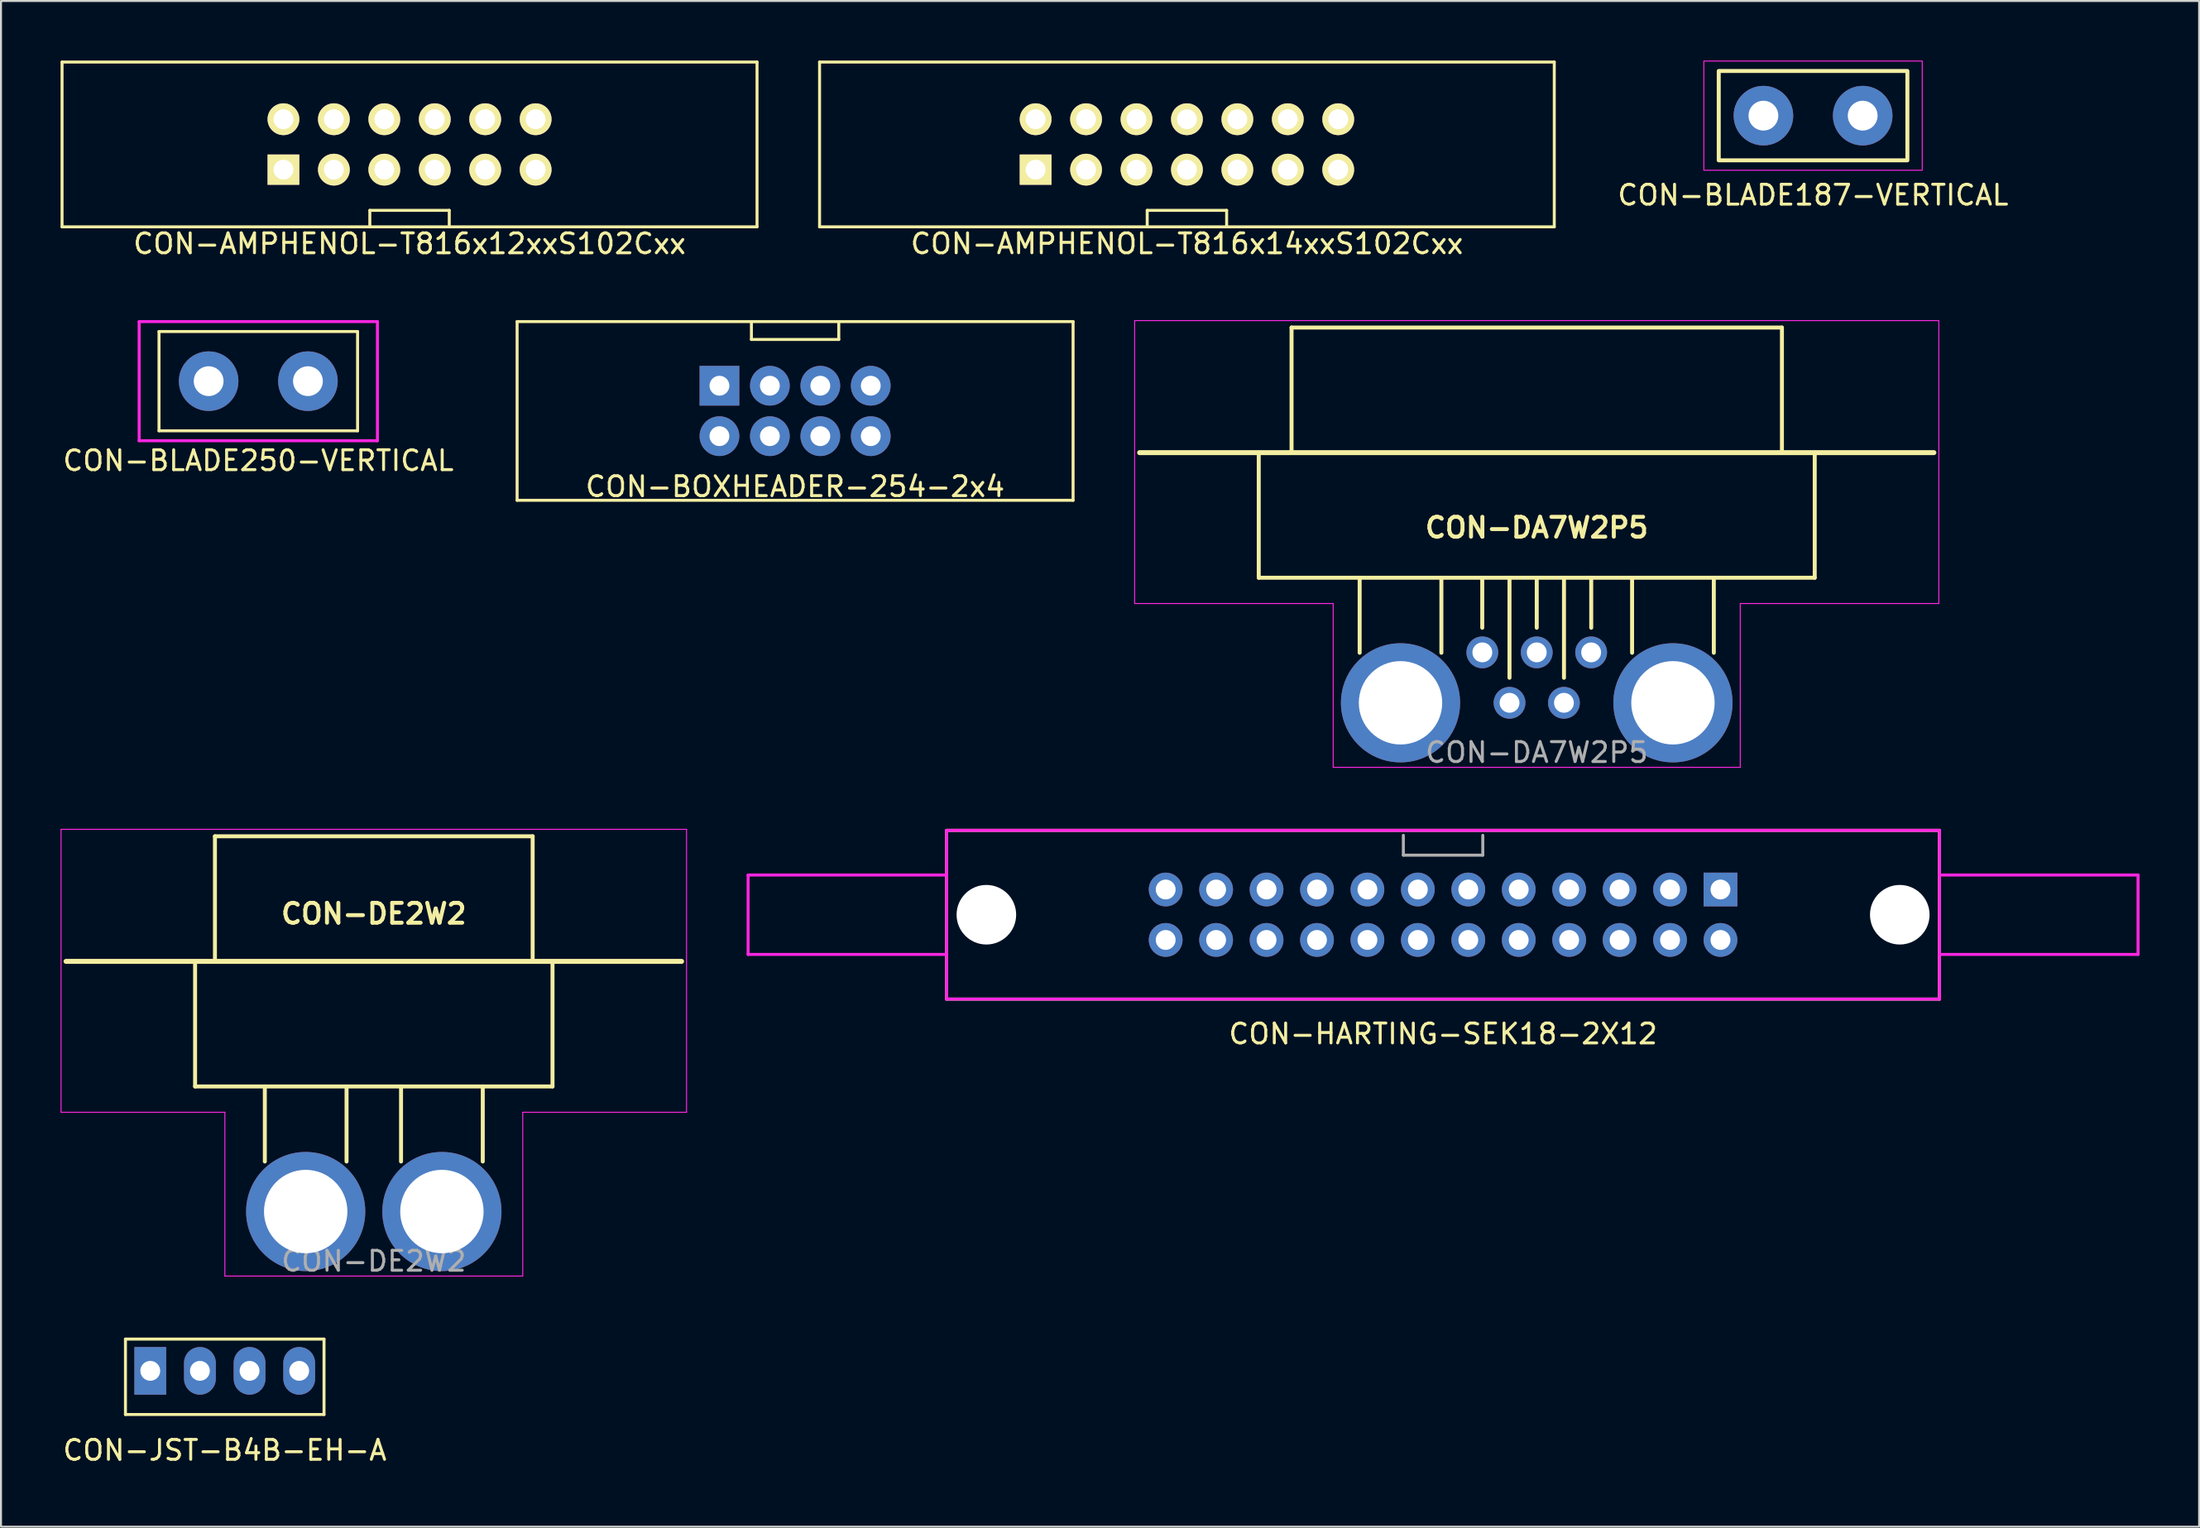
<source format=kicad_pcb>
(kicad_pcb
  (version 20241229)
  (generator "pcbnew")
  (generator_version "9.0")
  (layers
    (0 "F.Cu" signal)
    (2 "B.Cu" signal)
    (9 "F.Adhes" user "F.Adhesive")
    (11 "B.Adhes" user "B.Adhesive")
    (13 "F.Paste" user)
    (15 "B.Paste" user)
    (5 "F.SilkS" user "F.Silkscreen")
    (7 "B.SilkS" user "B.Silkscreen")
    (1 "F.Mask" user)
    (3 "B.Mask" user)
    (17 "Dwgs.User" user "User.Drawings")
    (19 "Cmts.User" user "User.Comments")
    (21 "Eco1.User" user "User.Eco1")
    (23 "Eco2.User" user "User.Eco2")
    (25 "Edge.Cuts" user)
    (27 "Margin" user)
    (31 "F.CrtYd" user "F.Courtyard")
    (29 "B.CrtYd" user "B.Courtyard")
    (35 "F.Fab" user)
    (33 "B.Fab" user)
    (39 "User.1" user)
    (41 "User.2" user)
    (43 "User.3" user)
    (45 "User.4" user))
  (footprint "CON-DA7W2P5"
    (layer "F.Cu")
    (at 74.342 32.348)
    (property "Reference" "CON-DA7W2P5" (at 0 -8.82 0) (unlocked yes) (layer "F.SilkS") (effects (font (size 1 1) (thickness 0.2))))
    (attr through_hole)
    (fp_line (start -20 -12.6) (end 20 -12.6) (stroke (width 0.25) (type default)) (layer "F.SilkS"))
    (fp_line (start -14 -12.6) (end -14 -6.3) (stroke (width 0.2) (type default)) (layer "F.SilkS"))
    (fp_line (start -14 -6.3) (end 14 -6.3) (stroke (width 0.2) (type default)) (layer "F.SilkS"))
    (fp_line (start -12.348 -18.9) (end 12.348 -18.9) (stroke (width 0.2) (type default)) (layer "F.SilkS"))
    (fp_line (start -12.348 -12.6) (end -12.348 -18.9) (stroke (width 0.2) (type default)) (layer "F.SilkS"))
    (fp_line (start -8.918 -2.52) (end -8.918 -6.3) (stroke (width 0.2) (type default)) (layer "F.SilkS"))
    (fp_line (start -4.802 -2.52) (end -4.802 -6.3) (stroke (width 0.2) (type default)) (layer "F.SilkS"))
    (fp_line (start -2.744 -3.78) (end -2.744 -6.3) (stroke (width 0.2) (type default)) (layer "F.SilkS"))
    (fp_line (start -1.372 -1.26) (end -1.372 -6.3) (stroke (width 0.2) (type default)) (layer "F.SilkS"))
    (fp_line (start 0 -3.78) (end 0 -6.3) (stroke (width 0.2) (type default)) (layer "F.SilkS"))
    (fp_line (start 1.372 -1.26) (end 1.372 -6.3) (stroke (width 0.2) (type default)) (layer "F.SilkS"))
    (fp_line (start 2.744 -3.78) (end 2.744 -6.3) (stroke (width 0.2) (type default)) (layer "F.SilkS"))
    (fp_line (start 4.802 -2.52) (end 4.802 -6.3) (stroke (width 0.2) (type default)) (layer "F.SilkS"))
    (fp_line (start 8.918 -2.52) (end 8.918 -6.3) (stroke (width 0.2) (type default)) (layer "F.SilkS"))
    (fp_line (start 12.348 -18.9) (end 12.348 -12.6) (stroke (width 0.2) (type default)) (layer "F.SilkS"))
    (fp_line (start 14 -6.3) (end 14 -12.6) (stroke (width 0.2) (type default)) (layer "F.SilkS"))
    (fp_line (start -20.25 -19.25) (end -20.25 -5) (stroke (width 0.05) (type default)) (layer "F.CrtYd"))
    (fp_line (start -20.25 -19.25) (end 20.25 -19.25) (stroke (width 0.05) (type default)) (layer "F.CrtYd"))
    (fp_line (start -10.25 -5) (end -20.25 -5) (stroke (width 0.05) (type default)) (layer "F.CrtYd"))
    (fp_line (start -10.25 3.25) (end -10.25 -5) (stroke (width 0.05) (type default)) (layer "F.CrtYd"))
    (fp_line (start -10.25 3.25) (end 10.25 3.25) (stroke (width 0.05) (type default)) (layer "F.CrtYd"))
    (fp_line (start 10.25 -5) (end 20.25 -5) (stroke (width 0.05) (type default)) (layer "F.CrtYd"))
    (fp_line (start 10.25 3.25) (end 10.25 -5) (stroke (width 0.05) (type default)) (layer "F.CrtYd"))
    (fp_line (start 20.25 -19.25) (end 20.25 -5) (stroke (width 0.05) (type default)) (layer "F.CrtYd"))
    (fp_text user "${REFERENCE}" (at 0 2.5 0) (unlocked yes) (layer "F.Fab") (effects (font (size 1 1) (thickness 0.15))))
    (pad "1" thru_hole circle (at -1.37 0) (size 1.6 1.6) (drill 1) (layers "*.Cu" "*.Mask"))
    (pad "2" thru_hole circle (at 1.37 0) (size 1.6 1.6) (drill 1) (layers "*.Cu" "*.Mask"))
    (pad "3" thru_hole circle (at -2.74 -2.54) (size 1.6 1.6) (drill 1) (layers "*.Cu" "*.Mask"))
    (pad "4" thru_hole circle (at 0 -2.54) (size 1.6 1.6) (drill 1) (layers "*.Cu" "*.Mask"))
    (pad "5" thru_hole circle (at 2.74 -2.54) (size 1.6 1.6) (drill 1) (layers "*.Cu" "*.Mask"))
    (pad "A1" thru_hole circle (at -6.86 0) (size 6 6) (drill 4.2) (layers "*.Cu" "*.Mask"))
    (pad "A2" thru_hole circle (at 6.86 0) (size 6 6) (drill 4.2) (layers "*.Cu" "*.Mask")))
  (footprint "CON-JST-B4B-EH-A"
    (layer "F.Cu")
    (at 8.268 65.995)
    (property "Reference" "CON-JST-B4B-EH-A" (at 0 4 0) (layer "F.SilkS") (effects (font (size 1 1) (thickness 0.15))))
    (attr through_hole)
    (fp_line (start -5 -1.6) (end 5 -1.6) (stroke (width 0.15) (type solid)) (layer "F.SilkS"))
    (fp_line (start -5 2.2) (end -5 -1.6) (stroke (width 0.15) (type solid)) (layer "F.SilkS"))
    (fp_line (start 5 -1.6) (end 5 2.2) (stroke (width 0.15) (type solid)) (layer "F.SilkS"))
    (fp_line (start 5 2.2) (end -5 2.2) (stroke (width 0.15) (type solid)) (layer "F.SilkS"))
    (pad "1" thru_hole rect (at -3.75 0) (size 1.6 2.4) (drill 1) (layers "*.Cu" "*.Mask"))
    (pad "2" thru_hole oval (at -1.25 0) (size 1.6 2.4) (drill 1) (layers "*.Cu" "*.Mask"))
    (pad "3" thru_hole oval (at 1.25 0) (size 1.6 2.4) (drill 1) (layers "*.Cu" "*.Mask"))
    (pad "4" thru_hole oval (at 3.75 0) (size 1.6 2.4) (drill 1) (layers "*.Cu" "*.Mask")))
  (footprint "CON-BOXHEADER-254-2x4"
    (layer "F.Cu")
    (at 36.992 17.648)
    (property "Reference" "CON-BOXHEADER-254-2x4" (at 0 3.81 0) (layer "F.SilkS") (effects (font (size 1 1) (thickness 0.15))))
    (attr through_hole)
    (fp_line (start -14 -4.5) (end 14 -4.5) (stroke (width 0.15) (type solid)) (layer "F.SilkS"))
    (fp_line (start -14 4.5) (end -14 -4.5) (stroke (width 0.15) (type solid)) (layer "F.SilkS"))
    (fp_line (start -2.2 -4.5) (end -2.2 -3.6) (stroke (width 0.15) (type solid)) (layer "F.SilkS"))
    (fp_line (start -2.2 -3.6) (end 2.2 -3.6) (stroke (width 0.15) (type solid)) (layer "F.SilkS"))
    (fp_line (start 2.2 -3.6) (end 2.2 -4.5) (stroke (width 0.15) (type solid)) (layer "F.SilkS"))
    (fp_line (start 14 -4.5) (end 14 4.5) (stroke (width 0.15) (type solid)) (layer "F.SilkS"))
    (fp_line (start 14 4.5) (end -14 4.5) (stroke (width 0.15) (type solid)) (layer "F.SilkS"))
    (pad "1" thru_hole rect (at -3.81 -1.27) (size 2 2) (drill 1) (layers "*.Cu" "*.Mask"))
    (pad "2" thru_hole circle (at -3.81 1.27) (size 2 2) (drill 1) (layers "*.Cu" "*.Mask"))
    (pad "3" thru_hole circle (at -1.27 -1.27) (size 2 2) (drill 1) (layers "*.Cu" "*.Mask"))
    (pad "4" thru_hole circle (at -1.27 1.27) (size 2 2) (drill 1) (layers "*.Cu" "*.Mask"))
    (pad "5" thru_hole circle (at 1.27 -1.27) (size 2 2) (drill 1) (layers "*.Cu" "*.Mask"))
    (pad "6" thru_hole circle (at 1.27 1.27) (size 2 2) (drill 1) (layers "*.Cu" "*.Mask"))
    (pad "7" thru_hole circle (at 3.81 -1.27) (size 2 2) (drill 1) (layers "*.Cu" "*.Mask"))
    (pad "8" thru_hole circle (at 3.81 1.27) (size 2 2) (drill 1) (layers "*.Cu" "*.Mask")))
  (footprint "CON-AMPHENOL-T816x14xxS102Cxx"
    (layer "F.Cu")
    (at 56.725 4.225)
    (property "Reference" "CON-AMPHENOL-T816x14xxS102Cxx" (at 0 5 0) (layer "F.SilkS") (effects (font (size 1 1) (thickness 0.15))))
    (attr through_hole)
    (fp_line (start -18.5 -4.15) (end 18.5 -4.15) (stroke (width 0.15) (type solid)) (layer "F.SilkS"))
    (fp_line (start -18.5 4.15) (end -18.5 -4.15) (stroke (width 0.15) (type solid)) (layer "F.SilkS"))
    (fp_line (start -2 3.32) (end 2 3.32) (stroke (width 0.15) (type solid)) (layer "F.SilkS"))
    (fp_line (start -2 4.15) (end -2 3.32) (stroke (width 0.15) (type solid)) (layer "F.SilkS"))
    (fp_line (start 2 3.32) (end 2 4.15) (stroke (width 0.15) (type solid)) (layer "F.SilkS"))
    (fp_line (start 18.5 -4.15) (end 18.5 4.15) (stroke (width 0.15) (type solid)) (layer "F.SilkS"))
    (fp_line (start 18.5 4.15) (end -18.5 4.15) (stroke (width 0.15) (type solid)) (layer "F.SilkS"))
    (pad "1" thru_hole rect (at -7.62 1.27) (size 1.6 1.524) (drill 1) (layers "*.Cu" "*.Mask" "F.SilkS"))
    (pad "2" thru_hole circle (at -7.62 -1.27) (size 1.6 1.6) (drill 1) (layers "*.Cu" "*.Mask" "F.SilkS"))
    (pad "3" thru_hole circle (at -5.08 1.27) (size 1.6 1.6) (drill 1) (layers "*.Cu" "*.Mask" "F.SilkS"))
    (pad "4" thru_hole circle (at -5.08 -1.27) (size 1.6 1.6) (drill 1) (layers "*.Cu" "*.Mask" "F.SilkS"))
    (pad "5" thru_hole circle (at -2.54 1.27) (size 1.6 1.6) (drill 1) (layers "*.Cu" "*.Mask" "F.SilkS"))
    (pad "6" thru_hole circle (at -2.54 -1.27) (size 1.6 1.6) (drill 1) (layers "*.Cu" "*.Mask" "F.SilkS"))
    (pad "7" thru_hole circle (at 0 1.27) (size 1.6 1.6) (drill 1) (layers "*.Cu" "*.Mask" "F.SilkS"))
    (pad "8" thru_hole circle (at 0 -1.27) (size 1.6 1.6) (drill 1) (layers "*.Cu" "*.Mask" "F.SilkS"))
    (pad "9" thru_hole circle (at 2.54 1.27) (size 1.6 1.6) (drill 1) (layers "*.Cu" "*.Mask" "F.SilkS"))
    (pad "10" thru_hole circle (at 2.54 -1.27) (size 1.6 1.6) (drill 1) (layers "*.Cu" "*.Mask" "F.SilkS"))
    (pad "11" thru_hole circle (at 5.08 1.27) (size 1.6 1.6) (drill 1) (layers "*.Cu" "*.Mask" "F.SilkS"))
    (pad "12" thru_hole circle (at 5.08 -1.27) (size 1.6 1.6) (drill 1) (layers "*.Cu" "*.Mask" "F.SilkS"))
    (pad "13" thru_hole circle (at 7.62 1.27) (size 1.6 1.6) (drill 1) (layers "*.Cu" "*.Mask" "F.SilkS"))
    (pad "14" thru_hole circle (at 7.62 -1.27) (size 1.6 1.6) (drill 1) (layers "*.Cu" "*.Mask" "F.SilkS")))
  (footprint "CON-BLADE187-VERTICAL"
    (layer "F.Cu")
    (at 88.258 2.775)
    (property "Reference" "CON-BLADE187-VERTICAL" (at 0 4 0) (layer "F.SilkS") (effects (font (size 1 1) (thickness 0.15))))
    (attr through_hole)
    (fp_rect (start -4.75 -2.25) (end 4.75 2.25) (stroke (width 0.2) (type default)) (fill no) (layer "F.SilkS"))
    (fp_rect (start -5.5 -2.75) (end 5.5 2.75) (stroke (width 0.05) (type default)) (fill no) (layer "F.CrtYd"))
    (pad "1" thru_hole circle (at -2.5 0) (size 3 3) (drill 1.5) (layers "*.Cu" "*.Mask"))
    (pad "1" thru_hole circle (at 2.5 0) (size 3 3) (drill 1.5) (layers "*.Cu" "*.Mask")))
  (footprint "CON-AMPHENOL-T816x12xxS102Cxx"
    (layer "F.Cu")
    (at 17.575 4.225)
    (property "Reference" "CON-AMPHENOL-T816x12xxS102Cxx" (at 0 5 0) (layer "F.SilkS") (effects (font (size 1 1) (thickness 0.15))))
    (attr through_hole)
    (fp_line (start -17.5 -4.15) (end 17.5 -4.15) (stroke (width 0.15) (type solid)) (layer "F.SilkS"))
    (fp_line (start -17.5 4.15) (end -17.5 -4.15) (stroke (width 0.15) (type solid)) (layer "F.SilkS"))
    (fp_line (start -2 3.32) (end 2 3.32) (stroke (width 0.15) (type solid)) (layer "F.SilkS"))
    (fp_line (start -2 4.15) (end -2 3.32) (stroke (width 0.15) (type solid)) (layer "F.SilkS"))
    (fp_line (start 2 3.32) (end 2 4.15) (stroke (width 0.15) (type solid)) (layer "F.SilkS"))
    (fp_line (start 17.5 -4.15) (end 17.5 4.15) (stroke (width 0.15) (type solid)) (layer "F.SilkS"))
    (fp_line (start 17.5 4.15) (end -17.5 4.15) (stroke (width 0.15) (type solid)) (layer "F.SilkS"))
    (pad "1" thru_hole rect (at -6.35 1.27) (size 1.6 1.524) (drill 1) (layers "*.Cu" "*.Mask" "F.SilkS"))
    (pad "2" thru_hole circle (at -6.35 -1.27) (size 1.6 1.6) (drill 1) (layers "*.Cu" "*.Mask" "F.SilkS"))
    (pad "3" thru_hole circle (at -3.81 1.27) (size 1.6 1.6) (drill 1) (layers "*.Cu" "*.Mask" "F.SilkS"))
    (pad "4" thru_hole circle (at -3.81 -1.27) (size 1.6 1.6) (drill 1) (layers "*.Cu" "*.Mask" "F.SilkS"))
    (pad "5" thru_hole circle (at -1.27 1.27) (size 1.6 1.6) (drill 1) (layers "*.Cu" "*.Mask" "F.SilkS"))
    (pad "6" thru_hole circle (at -1.27 -1.27) (size 1.6 1.6) (drill 1) (layers "*.Cu" "*.Mask" "F.SilkS"))
    (pad "7" thru_hole circle (at 1.27 1.27) (size 1.6 1.6) (drill 1) (layers "*.Cu" "*.Mask" "F.SilkS"))
    (pad "8" thru_hole circle (at 1.27 -1.27) (size 1.6 1.6) (drill 1) (layers "*.Cu" "*.Mask" "F.SilkS"))
    (pad "9" thru_hole circle (at 3.81 1.27) (size 1.6 1.6) (drill 1) (layers "*.Cu" "*.Mask" "F.SilkS"))
    (pad "10" thru_hole circle (at 3.81 -1.27) (size 1.6 1.6) (drill 1) (layers "*.Cu" "*.Mask" "F.SilkS"))
    (pad "11" thru_hole circle (at 6.35 1.27) (size 1.6 1.6) (drill 1) (layers "*.Cu" "*.Mask" "F.SilkS"))
    (pad "12" thru_hole circle (at 6.35 -1.27) (size 1.6 1.6) (drill 1) (layers "*.Cu" "*.Mask" "F.SilkS")))
  (footprint "CON-BLADE250-VERTICAL"
    (layer "F.Cu")
    (at 9.958 16.148)
    (property "Reference" "CON-BLADE250-VERTICAL" (at 0 4 0) (layer "F.SilkS") (effects (font (size 1 1) (thickness 0.15))))
    (attr through_hole)
    (fp_line (start -5 -2.5) (end 5 -2.5) (stroke (width 0.15) (type solid)) (layer "F.SilkS"))
    (fp_line (start -5 2.5) (end -5 -2.5) (stroke (width 0.15) (type solid)) (layer "F.SilkS"))
    (fp_line (start 5 -2.5) (end 5 2.5) (stroke (width 0.15) (type solid)) (layer "F.SilkS"))
    (fp_line (start 5 2.5) (end -5 2.5) (stroke (width 0.15) (type solid)) (layer "F.SilkS"))
    (fp_line (start -6 -3) (end 6 -3) (stroke (width 0.15) (type solid)) (layer "F.CrtYd"))
    (fp_line (start -6 3) (end -6 -3) (stroke (width 0.15) (type solid)) (layer "F.CrtYd"))
    (fp_line (start 6 -3) (end 6 3) (stroke (width 0.15) (type solid)) (layer "F.CrtYd"))
    (fp_line (start 6 3) (end -6 3) (stroke (width 0.15) (type solid)) (layer "F.CrtYd"))
    (pad "1" thru_hole circle (at -2.5 0) (size 3 3) (drill 1.5) (layers "*.Cu" "*.Mask"))
    (pad "1" thru_hole circle (at 2.5 0) (size 3 3) (drill 1.5) (layers "*.Cu" "*.Mask")))
  (footprint "CON-DE2W2"
    (layer "F.Cu")
    (at 15.775 57.971)
    (property "Reference" "CON-DE2W2" (at 0 -15 0) (unlocked yes) (layer "F.SilkS") (effects (font (size 1 1) (thickness 0.2))))
    (attr through_hole)
    (fp_line (start -15.5 -12.6) (end 15.5 -12.6) (stroke (width 0.25) (type default)) (layer "F.SilkS"))
    (fp_line (start -9 -12.6) (end -9 -6.3) (stroke (width 0.2) (type default)) (layer "F.SilkS"))
    (fp_line (start -9 -6.3) (end 9 -6.3) (stroke (width 0.2) (type default)) (layer "F.SilkS"))
    (fp_line (start -8 -18.9) (end 8 -18.9) (stroke (width 0.2) (type default)) (layer "F.SilkS"))
    (fp_line (start -8 -12.6) (end -8 -18.9) (stroke (width 0.2) (type default)) (layer "F.SilkS"))
    (fp_line (start -5.488 -2.52) (end -5.488 -6.3) (stroke (width 0.2) (type default)) (layer "F.SilkS"))
    (fp_line (start -1.372 -2.52) (end -1.372 -6.3) (stroke (width 0.2) (type default)) (layer "F.SilkS"))
    (fp_line (start 1.372 -2.52) (end 1.372 -6.3) (stroke (width 0.2) (type default)) (layer "F.SilkS"))
    (fp_line (start 5.488 -2.52) (end 5.488 -6.3) (stroke (width 0.2) (type default)) (layer "F.SilkS"))
    (fp_line (start 8 -18.9) (end 8 -12.6) (stroke (width 0.2) (type default)) (layer "F.SilkS"))
    (fp_line (start 9 -6.3) (end 9 -12.6) (stroke (width 0.2) (type default)) (layer "F.SilkS"))
    (fp_line (start -15.75 -19.25) (end -15.75 -5) (stroke (width 0.05) (type default)) (layer "F.CrtYd"))
    (fp_line (start -15.75 -19.25) (end 15.75 -19.25) (stroke (width 0.05) (type default)) (layer "F.CrtYd"))
    (fp_line (start -15.75 -5) (end -7.5 -5) (stroke (width 0.05) (type default)) (layer "F.CrtYd"))
    (fp_line (start -7.5 -5) (end -7.5 3.25) (stroke (width 0.05) (type default)) (layer "F.CrtYd"))
    (fp_line (start -7.5 3.25) (end 7.5 3.25) (stroke (width 0.05) (type default)) (layer "F.CrtYd"))
    (fp_line (start 7.5 -5) (end 7.5 3.25) (stroke (width 0.05) (type default)) (layer "F.CrtYd"))
    (fp_line (start 15.75 -19.25) (end 15.75 -5) (stroke (width 0.05) (type default)) (layer "F.CrtYd"))
    (fp_line (start 15.75 -5) (end 7.5 -5) (stroke (width 0.05) (type default)) (layer "F.CrtYd"))
    (fp_text user "${REFERENCE}" (at 0 2.5 0) (unlocked yes) (layer "F.Fab") (effects (font (size 1 1) (thickness 0.15))))
    (pad "A1" thru_hole circle (at -3.43 0) (size 6 6) (drill 4.2) (layers "*.Cu" "*.Mask"))
    (pad "A2" thru_hole circle (at 3.43 0) (size 6 6) (drill 4.2) (layers "*.Cu" "*.Mask")))
  (footprint "CON-HARTING-SEK18-2X12"
    (layer "F.Cu")
    (at 69.625 43.022)
    (property "Reference" "CON-HARTING-SEK18-2X12" (at 0 6 0) (layer "F.SilkS") (effects (font (size 1 1) (thickness 0.15))))
    (attr through_hole)
    (fp_line (start -25 -4.25) (end -25 4.25) (stroke (width 0.15) (type solid)) (layer "F.SilkS"))
    (fp_line (start -25 4.25) (end 25 4.25) (stroke (width 0.15) (type solid)) (layer "F.SilkS"))
    (fp_line (start 25 -4.25) (end -25 -4.25) (stroke (width 0.15) (type solid)) (layer "F.SilkS"))
    (fp_line (start 25 4.25) (end 25 -4.25) (stroke (width 0.15) (type solid)) (layer "F.SilkS"))
    (fp_line (start -35 -2) (end -35 2) (stroke (width 0.15) (type solid)) (layer "F.CrtYd"))
    (fp_line (start -35 2) (end -25 2) (stroke (width 0.15) (type solid)) (layer "F.CrtYd"))
    (fp_line (start -25 -4.25) (end 25 -4.25) (stroke (width 0.15) (type solid)) (layer "F.CrtYd"))
    (fp_line (start -25 -2) (end -35 -2) (stroke (width 0.15) (type solid)) (layer "F.CrtYd"))
    (fp_line (start -25 4.25) (end -25 -4.25) (stroke (width 0.15) (type solid)) (layer "F.CrtYd"))
    (fp_line (start 25 -4.25) (end 25 4.25) (stroke (width 0.15) (type solid)) (layer "F.CrtYd"))
    (fp_line (start 25 -2) (end 35 -2) (stroke (width 0.15) (type solid)) (layer "F.CrtYd"))
    (fp_line (start 25 4.25) (end -25 4.25) (stroke (width 0.15) (type solid)) (layer "F.CrtYd"))
    (fp_line (start 35 -2) (end 35 2) (stroke (width 0.15) (type solid)) (layer "F.CrtYd"))
    (fp_line (start 35 2) (end 25 2) (stroke (width 0.15) (type solid)) (layer "F.CrtYd"))
    (fp_line (start -2 -4) (end -2 -3) (stroke (width 0.15) (type solid)) (layer "F.Fab"))
    (fp_line (start -2 -3) (end 2 -3) (stroke (width 0.15) (type solid)) (layer "F.Fab"))
    (fp_line (start 2 -3) (end 2 -4) (stroke (width 0.15) (type solid)) (layer "F.Fab"))
    (pad "" np_thru_hole circle (at -23 0) (size 3 3) (drill 3) (layers "*.Cu" "*.Mask"))
    (pad "" np_thru_hole circle (at 23 0) (size 3 3) (drill 3) (layers "*.Cu" "*.Mask"))
    (pad "1" thru_hole rect (at 13.97 -1.27) (size 1.7 1.7) (drill 1) (layers "*.Cu" "*.Mask"))
    (pad "2" thru_hole circle (at 13.97 1.27) (size 1.7 1.7) (drill 1) (layers "*.Cu" "*.Mask"))
    (pad "3" thru_hole circle (at 11.43 -1.27) (size 1.7 1.7) (drill 1) (layers "*.Cu" "*.Mask"))
    (pad "4" thru_hole circle (at 11.43 1.27) (size 1.7 1.7) (drill 1) (layers "*.Cu" "*.Mask"))
    (pad "5" thru_hole circle (at 8.89 -1.27) (size 1.7 1.7) (drill 1) (layers "*.Cu" "*.Mask"))
    (pad "6" thru_hole circle (at 8.89 1.27) (size 1.7 1.7) (drill 1) (layers "*.Cu" "*.Mask"))
    (pad "7" thru_hole circle (at 6.35 -1.27) (size 1.7 1.7) (drill 1) (layers "*.Cu" "*.Mask"))
    (pad "8" thru_hole circle (at 6.35 1.27) (size 1.7 1.7) (drill 1) (layers "*.Cu" "*.Mask"))
    (pad "9" thru_hole circle (at 3.81 -1.27) (size 1.7 1.7) (drill 1) (layers "*.Cu" "*.Mask"))
    (pad "10" thru_hole circle (at 3.81 1.27) (size 1.7 1.7) (drill 1) (layers "*.Cu" "*.Mask"))
    (pad "11" thru_hole circle (at 1.27 -1.27) (size 1.7 1.7) (drill 1) (layers "*.Cu" "*.Mask"))
    (pad "12" thru_hole circle (at 1.27 1.27) (size 1.7 1.7) (drill 1) (layers "*.Cu" "*.Mask"))
    (pad "13" thru_hole circle (at -1.27 -1.27) (size 1.7 1.7) (drill 1) (layers "*.Cu" "*.Mask"))
    (pad "14" thru_hole circle (at -1.27 1.27) (size 1.7 1.7) (drill 1) (layers "*.Cu" "*.Mask"))
    (pad "15" thru_hole circle (at -3.81 -1.27) (size 1.7 1.7) (drill 1) (layers "*.Cu" "*.Mask"))
    (pad "16" thru_hole circle (at -3.81 1.27) (size 1.7 1.7) (drill 1) (layers "*.Cu" "*.Mask"))
    (pad "17" thru_hole circle (at -6.35 -1.27) (size 1.7 1.7) (drill 1) (layers "*.Cu" "*.Mask"))
    (pad "18" thru_hole circle (at -6.35 1.27) (size 1.7 1.7) (drill 1) (layers "*.Cu" "*.Mask"))
    (pad "19" thru_hole circle (at -8.89 -1.27) (size 1.7 1.7) (drill 1) (layers "*.Cu" "*.Mask"))
    (pad "20" thru_hole circle (at -8.89 1.27) (size 1.7 1.7) (drill 1) (layers "*.Cu" "*.Mask"))
    (pad "21" thru_hole circle (at -11.43 -1.27) (size 1.7 1.7) (drill 1) (layers "*.Cu" "*.Mask"))
    (pad "22" thru_hole circle (at -11.43 1.27) (size 1.7 1.7) (drill 1) (layers "*.Cu" "*.Mask"))
    (pad "23" thru_hole circle (at -13.97 -1.27) (size 1.7 1.7) (drill 1) (layers "*.Cu" "*.Mask"))
    (pad "24" thru_hole circle (at -13.97 1.27) (size 1.7 1.7) (drill 1) (layers "*.Cu" "*.Mask")))
  (gr_rect
    (start -3 -3)
    (end 107.7 73.843)
    (stroke (width 0.1) (type default))
    (fill no)
    (layer "Edge.Cuts")))
</source>
